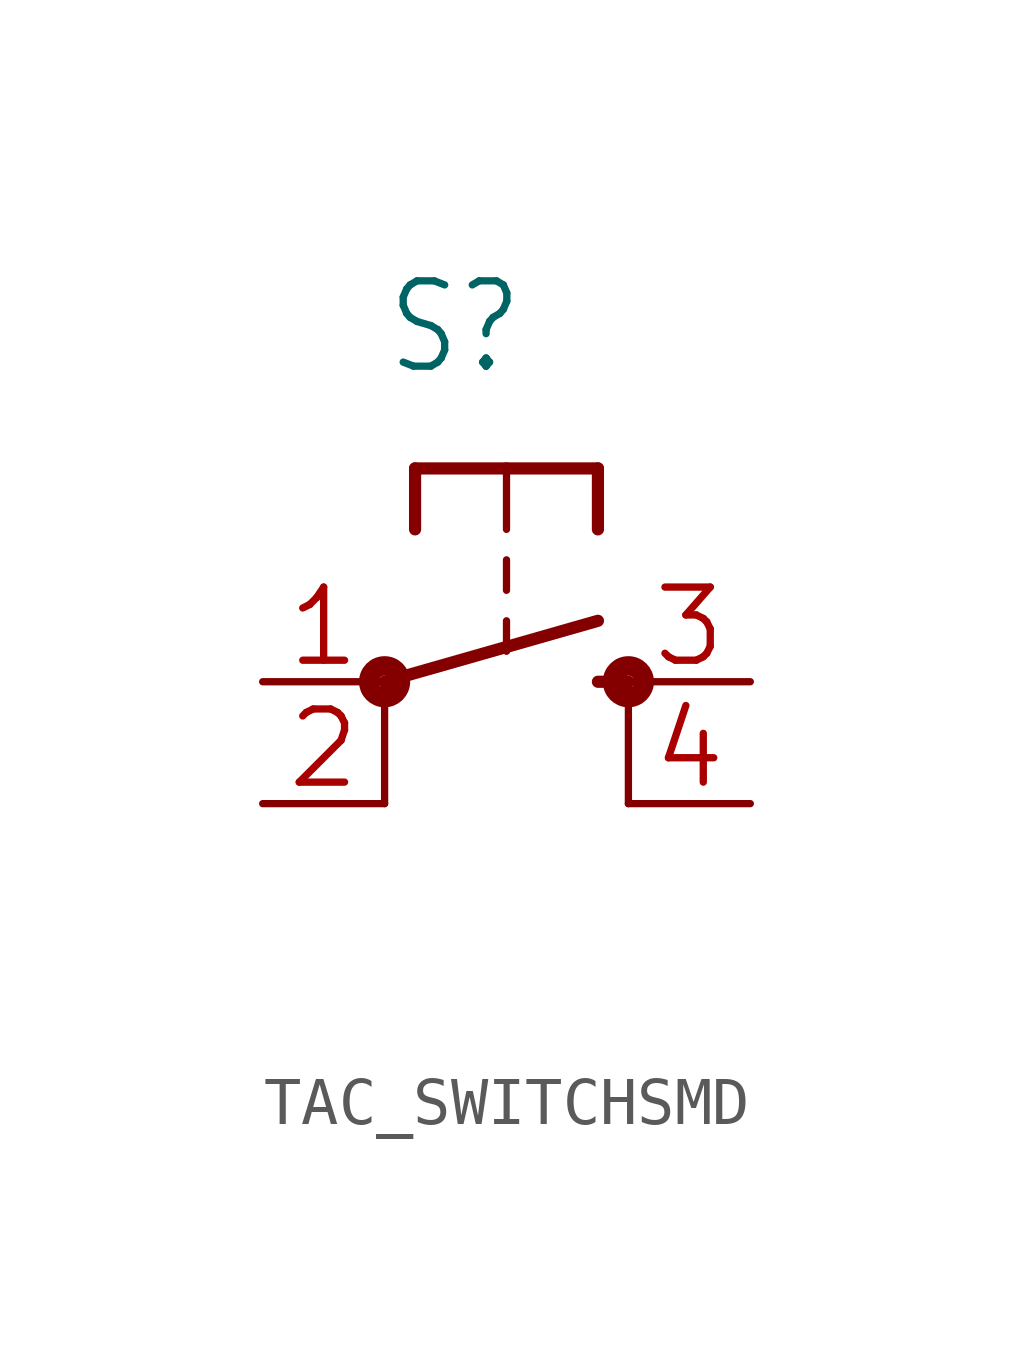
<source format=kicad_sym>
(kicad_symbol_lib
  (version 20241209)
  (generator "kicad_symbol_editor")
  (generator_version "9.0")
  (symbol "TAC_SWITCHSMD"
    (property "Reference" "S"
      (at -2.54 6.35 0)
      (effects (font (size 1.778 1.511)) (justify left bottom)))
    (property "Value" ""
      (at -2.54 -6.35 0)
      (effects (font (size 1.778 1.511)) (justify left bottom)))
    (property "ki_locked" ""
      (at 0 0 0)
      (effects (font (size 1.27 1.27))))
    (symbol "TAC_SWITCHSMD_1_0"
      (circle (center -2.54 0) (radius 0.127) (stroke (width 0.406) (type solid)) (fill (type none)))
      (polyline (pts (xy -2.54 0) (xy 1.905 1.27)) (stroke (width 0.254) (type solid)) (fill (type none)))
      (polyline (pts (xy -2.54 -2.54) (xy -2.54 0)) (stroke (width 0.152) (type solid)) (fill (type none)))
      (polyline (pts (xy -1.905 4.445) (xy -1.905 3.175)) (stroke (width 0.254) (type solid)) (fill (type none)))
      (polyline (pts (xy 0 4.445) (xy -1.905 4.445)) (stroke (width 0.254) (type solid)) (fill (type none)))
      (polyline (pts (xy 0 4.445) (xy 0 3.175)) (stroke (width 0.152) (type solid)) (fill (type none)))
      (polyline (pts (xy 0 2.54) (xy 0 1.905)) (stroke (width 0.152) (type solid)) (fill (type none)))
      (polyline (pts (xy 0 1.27) (xy 0 0.635)) (stroke (width 0.152) (type solid)) (fill (type none)))
      (polyline (pts (xy 1.905 4.445) (xy 0 4.445)) (stroke (width 0.254) (type solid)) (fill (type none)))
      (polyline (pts (xy 1.905 4.445) (xy 1.905 3.175)) (stroke (width 0.254) (type solid)) (fill (type none)))
      (polyline (pts (xy 1.905 0) (xy 2.54 0)) (stroke (width 0.254) (type solid)) (fill (type none)))
      (circle (center 2.54 0) (radius 0.127) (stroke (width 0.406) (type solid)) (fill (type none)))
      (polyline (pts (xy 2.54 -2.54) (xy 2.54 0)) (stroke (width 0.152) (type solid)) (fill (type none)))
      (pin passive line (at -5.08 0 0) (length 2.54) (name "1" (effects (font (size 0 0)))) (number "1" (effects (font (size 1.524 1.524)))))
      (pin passive line (at -5.08 -2.54 0) (length 2.54) (name "2" (effects (font (size 0 0)))) (number "2" (effects (font (size 1.524 1.524)))))
      (pin passive line (at 5.08 0 180) (length 2.54) (name "3" (effects (font (size 0 0)))) (number "3" (effects (font (size 1.524 1.524)))))
      (pin passive line (at 5.08 -2.54 180) (length 2.54) (name "4" (effects (font (size 0 0)))) (number "4" (effects (font (size 1.524 1.524))))))))
</source>
